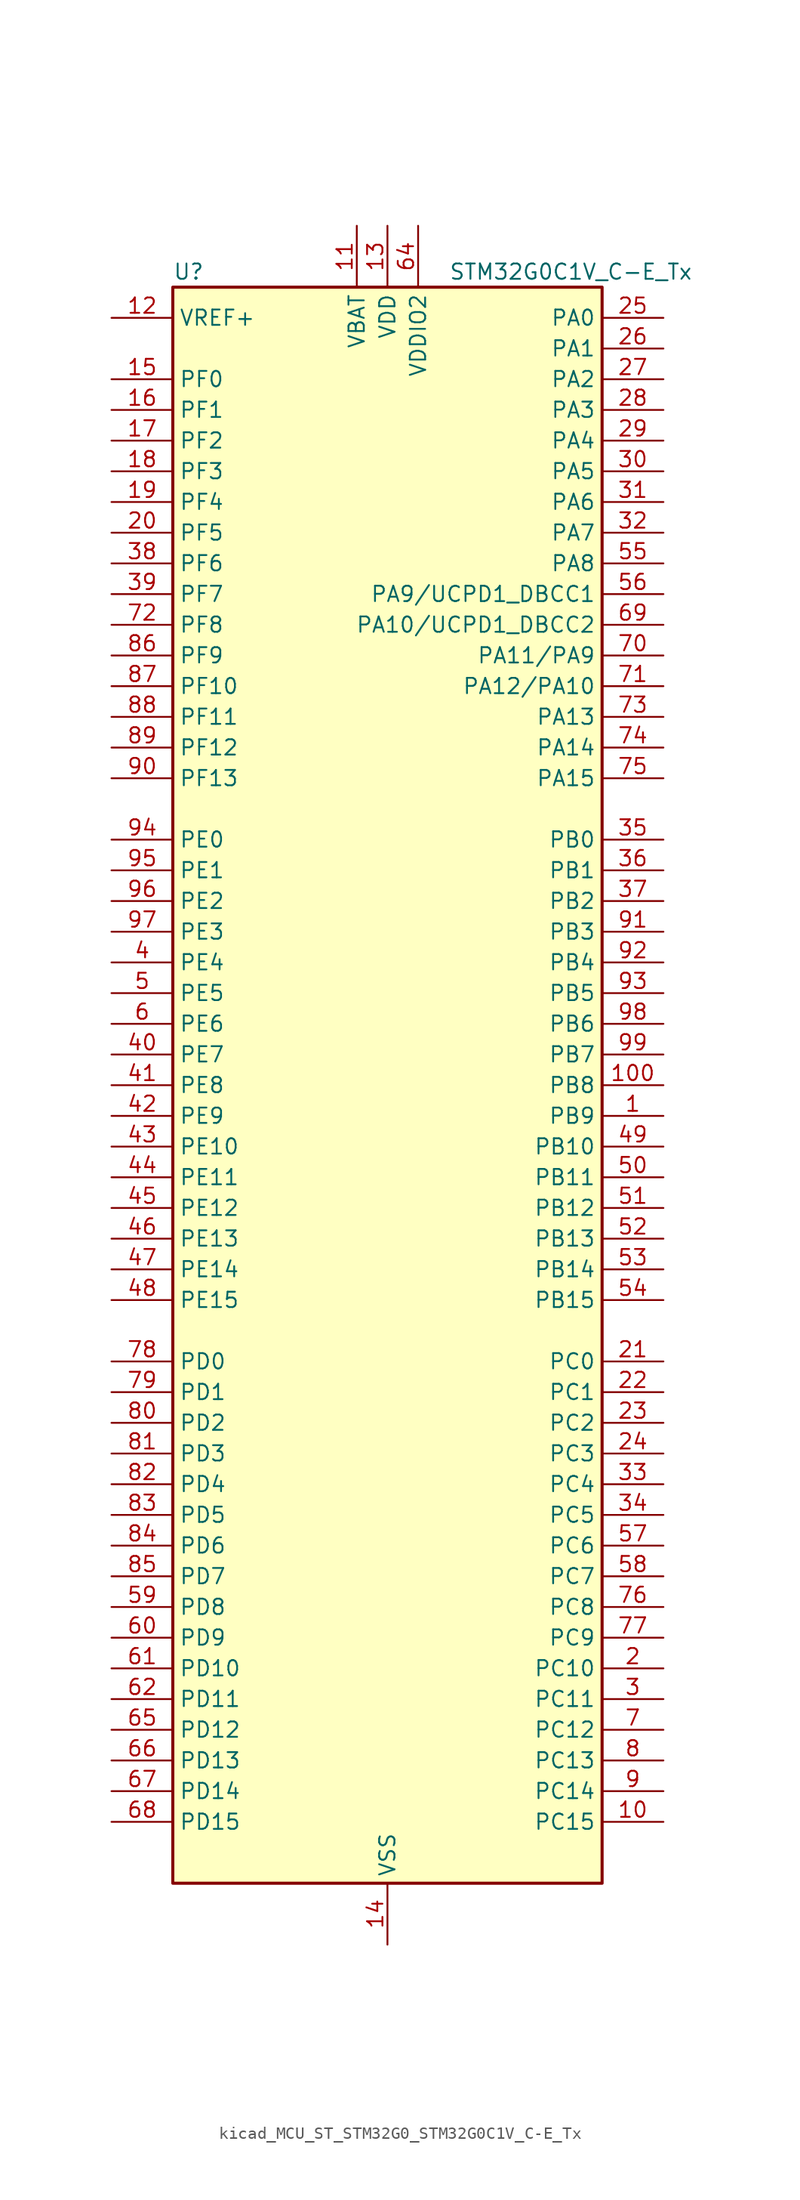
<source format=kicad_sym>
(kicad_symbol_lib
  (version 20220914)
  (generator kicad_symbol_editor)
  (symbol "kicad_MCU_ST_STM32G0_STM32G0C1V_C-E_Tx"
    (property "Reference" "U"
      (at -17.78 67.31 0)
      (effects (font (size 1.27 1.27)) (justify left)))
    (property "Value" "STM32G0C1V_C-E_Tx"
      (at 5.08 67.31 0)
      (effects (font (size 1.27 1.27)) (justify left)))
    (property "ki_locked" ""
      (at 0 0 0)
      (effects (font (size 1.27 1.27))))
    (symbol "kicad_MCU_ST_STM32G0_STM32G0C1V_C-E_Tx_0_1"
      (rectangle (start -17.78 -66.04) (end 17.78 66.04) (stroke (width 0.254) (type default)) (fill (type background))))
    (symbol "kicad_MCU_ST_STM32G0_STM32G0C1V_C-E_Tx_1_1"
      (pin bidirectional line (at 22.86 -2.54 180) (length 5.08) (name "PB9" (effects (font (size 1.27 1.27)))) (number "1" (effects (font (size 1.27 1.27)))) (alternate "DAC1_EXTI9" bidirectional line) (alternate "FDCAN1_TX" bidirectional line) (alternate "I2C1_SDA" bidirectional line) (alternate "I2S2_WS" bidirectional line) (alternate "IR_OUT" bidirectional line) (alternate "SPI2_NSS" bidirectional line) (alternate "TIM17_CH1" bidirectional line) (alternate "TIM4_CH4" bidirectional line) (alternate "UCPD2_FRSTX1" bidirectional line) (alternate "UCPD2_FRSTX2" bidirectional line) (alternate "USART3_RX" bidirectional line) (alternate "USART6_RX" bidirectional line))
      (pin bidirectional line (at 22.86 -60.96 180) (length 5.08) (name "PC15" (effects (font (size 1.27 1.27)))) (number "10" (effects (font (size 1.27 1.27)))) (alternate "RCC_OSC32_EN" bidirectional line) (alternate "RCC_OSC32_OUT" bidirectional line) (alternate "RCC_OSC_EN" bidirectional line) (alternate "TIM15_BK" bidirectional line))
      (pin bidirectional line (at 22.86 0 180) (length 5.08) (name "PB8" (effects (font (size 1.27 1.27)))) (number "100" (effects (font (size 1.27 1.27)))) (alternate "CEC" bidirectional line) (alternate "FDCAN1_RX" bidirectional line) (alternate "I2C1_SCL" bidirectional line) (alternate "I2S2_CK" bidirectional line) (alternate "SPI2_SCK" bidirectional line) (alternate "TIM15_BK" bidirectional line) (alternate "TIM16_CH1" bidirectional line) (alternate "TIM4_CH3" bidirectional line) (alternate "USART3_TX" bidirectional line) (alternate "USART6_TX" bidirectional line))
      (pin power_in line (at -2.54 71.12 270) (length 5.08) (name "VBAT" (effects (font (size 1.27 1.27)))) (number "11" (effects (font (size 1.27 1.27)))))
      (pin input line (at -22.86 63.5 0) (length 5.08) (name "VREF+" (effects (font (size 1.27 1.27)))) (number "12" (effects (font (size 1.27 1.27)))) (alternate "VREFBUF_OUT" bidirectional line))
      (pin power_in line (at 0 71.12 270) (length 5.08) (name "VDD" (effects (font (size 1.27 1.27)))) (number "13" (effects (font (size 1.27 1.27)))))
      (pin power_in line (at 0 -71.12 90) (length 5.08) (name "VSS" (effects (font (size 1.27 1.27)))) (number "14" (effects (font (size 1.27 1.27)))))
      (pin bidirectional line (at -22.86 58.42 0) (length 5.08) (name "PF0" (effects (font (size 1.27 1.27)))) (number "15" (effects (font (size 1.27 1.27)))) (alternate "CRS1_SYNC" bidirectional line) (alternate "RCC_OSC_IN" bidirectional line) (alternate "TIM14_CH1" bidirectional line))
      (pin bidirectional line (at -22.86 55.88 0) (length 5.08) (name "PF1" (effects (font (size 1.27 1.27)))) (number "16" (effects (font (size 1.27 1.27)))) (alternate "RCC_OSC_EN" bidirectional line) (alternate "RCC_OSC_OUT" bidirectional line) (alternate "TIM15_CH1N" bidirectional line))
      (pin bidirectional line (at -22.86 53.34 0) (length 5.08) (name "PF2" (effects (font (size 1.27 1.27)))) (number "17" (effects (font (size 1.27 1.27)))) (alternate "LPUART2_DE" bidirectional line) (alternate "LPUART2_RTS" bidirectional line) (alternate "LPUART2_TX" bidirectional line) (alternate "RCC_MCO" bidirectional line))
      (pin bidirectional line (at -22.86 50.8 0) (length 5.08) (name "PF3" (effects (font (size 1.27 1.27)))) (number "18" (effects (font (size 1.27 1.27)))) (alternate "LPUART2_RX" bidirectional line) (alternate "USART6_CK" bidirectional line) (alternate "USART6_DE" bidirectional line) (alternate "USART6_RTS" bidirectional line))
      (pin bidirectional line (at -22.86 48.26 0) (length 5.08) (name "PF4" (effects (font (size 1.27 1.27)))) (number "19" (effects (font (size 1.27 1.27)))) (alternate "LPUART1_TX" bidirectional line))
      (pin bidirectional line (at 22.86 -48.26 180) (length 5.08) (name "PC10" (effects (font (size 1.27 1.27)))) (number "2" (effects (font (size 1.27 1.27)))) (alternate "SPI3_SCK" bidirectional line) (alternate "TIM1_CH3" bidirectional line) (alternate "USART3_TX" bidirectional line) (alternate "USART4_TX" bidirectional line))
      (pin bidirectional line (at -22.86 45.72 0) (length 5.08) (name "PF5" (effects (font (size 1.27 1.27)))) (number "20" (effects (font (size 1.27 1.27)))) (alternate "LPUART1_RX" bidirectional line))
      (pin bidirectional line (at 22.86 -22.86 180) (length 5.08) (name "PC0" (effects (font (size 1.27 1.27)))) (number "21" (effects (font (size 1.27 1.27)))) (alternate "COMP3_INM" bidirectional line) (alternate "COMP3_OUT" bidirectional line) (alternate "I2C3_SCL" bidirectional line) (alternate "LPTIM1_IN1" bidirectional line) (alternate "LPTIM2_IN1" bidirectional line) (alternate "LPUART1_RX" bidirectional line) (alternate "LPUART2_TX" bidirectional line) (alternate "USART6_TX" bidirectional line))
      (pin bidirectional line (at 22.86 -25.4 180) (length 5.08) (name "PC1" (effects (font (size 1.27 1.27)))) (number "22" (effects (font (size 1.27 1.27)))) (alternate "COMP3_INP" bidirectional line) (alternate "I2C3_SDA" bidirectional line) (alternate "LPTIM1_OUT" bidirectional line) (alternate "LPUART1_TX" bidirectional line) (alternate "LPUART2_RX" bidirectional line) (alternate "TIM15_CH1" bidirectional line) (alternate "USART6_RX" bidirectional line))
      (pin bidirectional line (at 22.86 -27.94 180) (length 5.08) (name "PC2" (effects (font (size 1.27 1.27)))) (number "23" (effects (font (size 1.27 1.27)))) (alternate "COMP3_OUT" bidirectional line) (alternate "FDCAN2_RX" bidirectional line) (alternate "I2S2_MCK" bidirectional line) (alternate "LPTIM1_IN2" bidirectional line) (alternate "SPI2_MISO" bidirectional line) (alternate "TIM15_CH2" bidirectional line))
      (pin bidirectional line (at 22.86 -30.48 180) (length 5.08) (name "PC3" (effects (font (size 1.27 1.27)))) (number "24" (effects (font (size 1.27 1.27)))) (alternate "FDCAN2_TX" bidirectional line) (alternate "I2S2_SD" bidirectional line) (alternate "LPTIM1_ETR" bidirectional line) (alternate "LPTIM2_ETR" bidirectional line) (alternate "SPI2_MOSI" bidirectional line))
      (pin bidirectional line (at 22.86 63.5 180) (length 5.08) (name "PA0" (effects (font (size 1.27 1.27)))) (number "25" (effects (font (size 1.27 1.27)))) (alternate "ADC1_IN0" bidirectional line) (alternate "COMP1_INM" bidirectional line) (alternate "COMP1_OUT" bidirectional line) (alternate "I2S2_CK" bidirectional line) (alternate "LPTIM1_OUT" bidirectional line) (alternate "RTC_TAMP_IN2" bidirectional line) (alternate "SPI2_SCK" bidirectional line) (alternate "SYS_WKUP1" bidirectional line) (alternate "TIM2_CH1" bidirectional line) (alternate "TIM2_ETR" bidirectional line) (alternate "UCPD2_FRSTX1" bidirectional line) (alternate "UCPD2_FRSTX2" bidirectional line) (alternate "USART2_CTS" bidirectional line) (alternate "USART2_NSS" bidirectional line) (alternate "USART4_TX" bidirectional line))
      (pin bidirectional line (at 22.86 60.96 180) (length 5.08) (name "PA1" (effects (font (size 1.27 1.27)))) (number "26" (effects (font (size 1.27 1.27)))) (alternate "ADC1_IN1" bidirectional line) (alternate "COMP1_INP" bidirectional line) (alternate "I2C1_SMBA" bidirectional line) (alternate "I2S1_CK" bidirectional line) (alternate "SPI1_SCK" bidirectional line) (alternate "TIM15_CH1N" bidirectional line) (alternate "TIM2_CH2" bidirectional line) (alternate "USART2_CK" bidirectional line) (alternate "USART2_DE" bidirectional line) (alternate "USART2_RTS" bidirectional line) (alternate "USART4_RX" bidirectional line))
      (pin bidirectional line (at 22.86 58.42 180) (length 5.08) (name "PA2" (effects (font (size 1.27 1.27)))) (number "27" (effects (font (size 1.27 1.27)))) (alternate "ADC1_IN2" bidirectional line) (alternate "COMP2_INM" bidirectional line) (alternate "COMP2_OUT" bidirectional line) (alternate "I2S1_SD" bidirectional line) (alternate "LPUART1_TX" bidirectional line) (alternate "RCC_LSCO" bidirectional line) (alternate "SPI1_MOSI" bidirectional line) (alternate "SYS_WKUP4" bidirectional line) (alternate "TIM15_CH1" bidirectional line) (alternate "TIM2_CH3" bidirectional line) (alternate "UCPD1_FRSTX1" bidirectional line) (alternate "UCPD1_FRSTX2" bidirectional line) (alternate "USART2_TX" bidirectional line))
      (pin bidirectional line (at 22.86 55.88 180) (length 5.08) (name "PA3" (effects (font (size 1.27 1.27)))) (number "28" (effects (font (size 1.27 1.27)))) (alternate "ADC1_IN3" bidirectional line) (alternate "COMP2_INP" bidirectional line) (alternate "I2S2_MCK" bidirectional line) (alternate "LPUART1_RX" bidirectional line) (alternate "SPI2_MISO" bidirectional line) (alternate "TIM15_CH2" bidirectional line) (alternate "TIM2_CH4" bidirectional line) (alternate "UCPD2_FRSTX1" bidirectional line) (alternate "UCPD2_FRSTX2" bidirectional line) (alternate "USART2_RX" bidirectional line))
      (pin bidirectional line (at 22.86 53.34 180) (length 5.08) (name "PA4" (effects (font (size 1.27 1.27)))) (number "29" (effects (font (size 1.27 1.27)))) (alternate "ADC1_IN4" bidirectional line) (alternate "DAC1_OUT1" bidirectional line) (alternate "I2S1_WS" bidirectional line) (alternate "I2S2_SD" bidirectional line) (alternate "LPTIM2_OUT" bidirectional line) (alternate "RTC_OUT2" bidirectional line) (alternate "SPI1_NSS" bidirectional line) (alternate "SPI2_MOSI" bidirectional line) (alternate "SPI3_NSS" bidirectional line) (alternate "TIM14_CH1" bidirectional line) (alternate "UCPD2_FRSTX1" bidirectional line) (alternate "UCPD2_FRSTX2" bidirectional line) (alternate "USART6_TX" bidirectional line) (alternate "USB_NOE" bidirectional line))
      (pin bidirectional line (at 22.86 -50.8 180) (length 5.08) (name "PC11" (effects (font (size 1.27 1.27)))) (number "3" (effects (font (size 1.27 1.27)))) (alternate "ADC1_EXTI11" bidirectional line) (alternate "SPI3_MISO" bidirectional line) (alternate "TIM1_CH4" bidirectional line) (alternate "USART3_RX" bidirectional line) (alternate "USART4_RX" bidirectional line))
      (pin bidirectional line (at 22.86 50.8 180) (length 5.08) (name "PA5" (effects (font (size 1.27 1.27)))) (number "30" (effects (font (size 1.27 1.27)))) (alternate "ADC1_IN5" bidirectional line) (alternate "CEC" bidirectional line) (alternate "DAC1_OUT2" bidirectional line) (alternate "I2S1_CK" bidirectional line) (alternate "LPTIM2_ETR" bidirectional line) (alternate "SPI1_SCK" bidirectional line) (alternate "TIM2_CH1" bidirectional line) (alternate "TIM2_ETR" bidirectional line) (alternate "UCPD1_FRSTX1" bidirectional line) (alternate "UCPD1_FRSTX2" bidirectional line) (alternate "USART3_TX" bidirectional line) (alternate "USART6_RX" bidirectional line))
      (pin bidirectional line (at 22.86 48.26 180) (length 5.08) (name "PA6" (effects (font (size 1.27 1.27)))) (number "31" (effects (font (size 1.27 1.27)))) (alternate "ADC1_IN6" bidirectional line) (alternate "COMP1_OUT" bidirectional line) (alternate "I2C2_SDA" bidirectional line) (alternate "I2C3_SDA" bidirectional line) (alternate "I2S1_MCK" bidirectional line) (alternate "LPUART1_CTS" bidirectional line) (alternate "SPI1_MISO" bidirectional line) (alternate "TIM16_CH1" bidirectional line) (alternate "TIM1_BK" bidirectional line) (alternate "TIM3_CH1" bidirectional line) (alternate "USART3_CTS" bidirectional line) (alternate "USART3_NSS" bidirectional line) (alternate "USART6_CTS" bidirectional line) (alternate "USART6_NSS" bidirectional line))
      (pin bidirectional line (at 22.86 45.72 180) (length 5.08) (name "PA7" (effects (font (size 1.27 1.27)))) (number "32" (effects (font (size 1.27 1.27)))) (alternate "ADC1_IN7" bidirectional line) (alternate "COMP2_OUT" bidirectional line) (alternate "I2C2_SCL" bidirectional line) (alternate "I2C3_SCL" bidirectional line) (alternate "I2S1_SD" bidirectional line) (alternate "SPI1_MOSI" bidirectional line) (alternate "TIM14_CH1" bidirectional line) (alternate "TIM17_CH1" bidirectional line) (alternate "TIM1_CH1N" bidirectional line) (alternate "TIM3_CH2" bidirectional line) (alternate "UCPD1_FRSTX1" bidirectional line) (alternate "UCPD1_FRSTX2" bidirectional line) (alternate "USART6_CK" bidirectional line) (alternate "USART6_DE" bidirectional line) (alternate "USART6_RTS" bidirectional line))
      (pin bidirectional line (at 22.86 -33.02 180) (length 5.08) (name "PC4" (effects (font (size 1.27 1.27)))) (number "33" (effects (font (size 1.27 1.27)))) (alternate "ADC1_IN17" bidirectional line) (alternate "COMP1_INM" bidirectional line) (alternate "FDCAN1_RX" bidirectional line) (alternate "TIM2_CH1" bidirectional line) (alternate "TIM2_ETR" bidirectional line) (alternate "USART1_TX" bidirectional line) (alternate "USART3_TX" bidirectional line))
      (pin bidirectional line (at 22.86 -35.56 180) (length 5.08) (name "PC5" (effects (font (size 1.27 1.27)))) (number "34" (effects (font (size 1.27 1.27)))) (alternate "ADC1_IN18" bidirectional line) (alternate "COMP1_INP" bidirectional line) (alternate "FDCAN1_TX" bidirectional line) (alternate "SYS_WKUP5" bidirectional line) (alternate "TIM2_CH2" bidirectional line) (alternate "USART1_RX" bidirectional line) (alternate "USART3_RX" bidirectional line))
      (pin bidirectional line (at 22.86 20.32 180) (length 5.08) (name "PB0" (effects (font (size 1.27 1.27)))) (number "35" (effects (font (size 1.27 1.27)))) (alternate "ADC1_IN8" bidirectional line) (alternate "COMP1_OUT" bidirectional line) (alternate "COMP3_INP" bidirectional line) (alternate "FDCAN2_RX" bidirectional line) (alternate "I2S1_WS" bidirectional line) (alternate "LPTIM1_OUT" bidirectional line) (alternate "LPUART2_CTS" bidirectional line) (alternate "SPI1_NSS" bidirectional line) (alternate "TIM1_CH2N" bidirectional line) (alternate "TIM3_CH3" bidirectional line) (alternate "UCPD1_FRSTX1" bidirectional line) (alternate "UCPD1_FRSTX2" bidirectional line) (alternate "USART3_RX" bidirectional line) (alternate "USART5_TX" bidirectional line))
      (pin bidirectional line (at 22.86 17.78 180) (length 5.08) (name "PB1" (effects (font (size 1.27 1.27)))) (number "36" (effects (font (size 1.27 1.27)))) (alternate "ADC1_IN9" bidirectional line) (alternate "COMP1_INM" bidirectional line) (alternate "COMP3_OUT" bidirectional line) (alternate "FDCAN2_TX" bidirectional line) (alternate "LPTIM2_IN1" bidirectional line) (alternate "LPUART1_DE" bidirectional line) (alternate "LPUART1_RTS" bidirectional line) (alternate "LPUART2_DE" bidirectional line) (alternate "LPUART2_RTS" bidirectional line) (alternate "TIM14_CH1" bidirectional line) (alternate "TIM1_CH3N" bidirectional line) (alternate "TIM3_CH4" bidirectional line) (alternate "USART3_CK" bidirectional line) (alternate "USART3_DE" bidirectional line) (alternate "USART3_RTS" bidirectional line) (alternate "USART5_RX" bidirectional line))
      (pin bidirectional line (at 22.86 15.24 180) (length 5.08) (name "PB2" (effects (font (size 1.27 1.27)))) (number "37" (effects (font (size 1.27 1.27)))) (alternate "ADC1_IN10" bidirectional line) (alternate "COMP1_INP" bidirectional line) (alternate "COMP3_INM" bidirectional line) (alternate "I2S2_MCK" bidirectional line) (alternate "LPTIM1_OUT" bidirectional line) (alternate "RCC_MCO_2" bidirectional line) (alternate "SPI2_MISO" bidirectional line) (alternate "USART3_TX" bidirectional line))
      (pin bidirectional line (at -22.86 43.18 0) (length 5.08) (name "PF6" (effects (font (size 1.27 1.27)))) (number "38" (effects (font (size 1.27 1.27)))) (alternate "LPUART1_DE" bidirectional line) (alternate "LPUART1_RTS" bidirectional line))
      (pin bidirectional line (at -22.86 40.64 0) (length 5.08) (name "PF7" (effects (font (size 1.27 1.27)))) (number "39" (effects (font (size 1.27 1.27)))) (alternate "LPUART1_CTS" bidirectional line) (alternate "USART5_CTS" bidirectional line) (alternate "USART5_NSS" bidirectional line))
      (pin bidirectional line (at -22.86 10.16 0) (length 5.08) (name "PE4" (effects (font (size 1.27 1.27)))) (number "4" (effects (font (size 1.27 1.27)))) (alternate "TIM3_CH2" bidirectional line))
      (pin bidirectional line (at -22.86 2.54 0) (length 5.08) (name "PE7" (effects (font (size 1.27 1.27)))) (number "40" (effects (font (size 1.27 1.27)))) (alternate "COMP3_INP" bidirectional line) (alternate "TIM1_ETR" bidirectional line) (alternate "USART5_CK" bidirectional line) (alternate "USART5_DE" bidirectional line) (alternate "USART5_RTS" bidirectional line))
      (pin bidirectional line (at -22.86 0 0) (length 5.08) (name "PE8" (effects (font (size 1.27 1.27)))) (number "41" (effects (font (size 1.27 1.27)))) (alternate "COMP3_INM" bidirectional line) (alternate "TIM1_CH1N" bidirectional line) (alternate "USART4_TX" bidirectional line))
      (pin bidirectional line (at -22.86 -2.54 0) (length 5.08) (name "PE9" (effects (font (size 1.27 1.27)))) (number "42" (effects (font (size 1.27 1.27)))) (alternate "DAC1_EXTI9" bidirectional line) (alternate "TIM1_CH1" bidirectional line) (alternate "USART4_RX" bidirectional line))
      (pin bidirectional line (at -22.86 -5.08 0) (length 5.08) (name "PE10" (effects (font (size 1.27 1.27)))) (number "43" (effects (font (size 1.27 1.27)))) (alternate "TIM1_CH2N" bidirectional line) (alternate "USART5_TX" bidirectional line))
      (pin bidirectional line (at -22.86 -7.62 0) (length 5.08) (name "PE11" (effects (font (size 1.27 1.27)))) (number "44" (effects (font (size 1.27 1.27)))) (alternate "ADC1_EXTI11" bidirectional line) (alternate "TIM1_CH2" bidirectional line) (alternate "USART5_RX" bidirectional line))
      (pin bidirectional line (at -22.86 -10.16 0) (length 5.08) (name "PE12" (effects (font (size 1.27 1.27)))) (number "45" (effects (font (size 1.27 1.27)))) (alternate "I2S1_WS" bidirectional line) (alternate "SPI1_NSS" bidirectional line) (alternate "TIM1_CH3N" bidirectional line))
      (pin bidirectional line (at -22.86 -12.7 0) (length 5.08) (name "PE13" (effects (font (size 1.27 1.27)))) (number "46" (effects (font (size 1.27 1.27)))) (alternate "I2S1_CK" bidirectional line) (alternate "SPI1_SCK" bidirectional line) (alternate "TIM1_CH3" bidirectional line))
      (pin bidirectional line (at -22.86 -15.24 0) (length 5.08) (name "PE14" (effects (font (size 1.27 1.27)))) (number "47" (effects (font (size 1.27 1.27)))) (alternate "I2S1_MCK" bidirectional line) (alternate "SPI1_MISO" bidirectional line) (alternate "TIM1_BK2" bidirectional line) (alternate "TIM1_CH4" bidirectional line))
      (pin bidirectional line (at -22.86 -17.78 0) (length 5.08) (name "PE15" (effects (font (size 1.27 1.27)))) (number "48" (effects (font (size 1.27 1.27)))) (alternate "I2S1_SD" bidirectional line) (alternate "SPI1_MOSI" bidirectional line) (alternate "TIM1_BK" bidirectional line))
      (pin bidirectional line (at 22.86 -5.08 180) (length 5.08) (name "PB10" (effects (font (size 1.27 1.27)))) (number "49" (effects (font (size 1.27 1.27)))) (alternate "ADC1_IN11" bidirectional line) (alternate "CEC" bidirectional line) (alternate "COMP1_OUT" bidirectional line) (alternate "I2C2_SCL" bidirectional line) (alternate "I2S2_CK" bidirectional line) (alternate "LPUART1_RX" bidirectional line) (alternate "SPI2_SCK" bidirectional line) (alternate "TIM2_CH3" bidirectional line) (alternate "USART3_TX" bidirectional line))
      (pin bidirectional line (at -22.86 7.62 0) (length 5.08) (name "PE5" (effects (font (size 1.27 1.27)))) (number "5" (effects (font (size 1.27 1.27)))) (alternate "TIM3_CH3" bidirectional line))
      (pin bidirectional line (at 22.86 -7.62 180) (length 5.08) (name "PB11" (effects (font (size 1.27 1.27)))) (number "50" (effects (font (size 1.27 1.27)))) (alternate "ADC1_EXTI11" bidirectional line) (alternate "ADC1_IN15" bidirectional line) (alternate "COMP2_OUT" bidirectional line) (alternate "I2C2_SDA" bidirectional line) (alternate "I2S2_SD" bidirectional line) (alternate "LPUART1_TX" bidirectional line) (alternate "SPI2_MOSI" bidirectional line) (alternate "TIM2_CH4" bidirectional line) (alternate "USART3_RX" bidirectional line))
      (pin bidirectional line (at 22.86 -10.16 180) (length 5.08) (name "PB12" (effects (font (size 1.27 1.27)))) (number "51" (effects (font (size 1.27 1.27)))) (alternate "ADC1_IN16" bidirectional line) (alternate "FDCAN2_RX" bidirectional line) (alternate "I2C2_SMBA" bidirectional line) (alternate "I2S2_WS" bidirectional line) (alternate "LPUART1_DE" bidirectional line) (alternate "LPUART1_RTS" bidirectional line) (alternate "SPI2_NSS" bidirectional line) (alternate "TIM15_BK" bidirectional line) (alternate "TIM1_BK" bidirectional line) (alternate "UCPD2_FRSTX1" bidirectional line) (alternate "UCPD2_FRSTX2" bidirectional line))
      (pin bidirectional line (at 22.86 -12.7 180) (length 5.08) (name "PB13" (effects (font (size 1.27 1.27)))) (number "52" (effects (font (size 1.27 1.27)))) (alternate "FDCAN2_TX" bidirectional line) (alternate "I2C2_SCL" bidirectional line) (alternate "I2S2_CK" bidirectional line) (alternate "LPUART1_CTS" bidirectional line) (alternate "SPI2_SCK" bidirectional line) (alternate "TIM15_CH1N" bidirectional line) (alternate "TIM1_CH1N" bidirectional line) (alternate "USART3_CTS" bidirectional line) (alternate "USART3_NSS" bidirectional line))
      (pin bidirectional line (at 22.86 -15.24 180) (length 5.08) (name "PB14" (effects (font (size 1.27 1.27)))) (number "53" (effects (font (size 1.27 1.27)))) (alternate "I2C2_SDA" bidirectional line) (alternate "I2S2_MCK" bidirectional line) (alternate "SPI2_MISO" bidirectional line) (alternate "TIM15_CH1" bidirectional line) (alternate "TIM1_CH2N" bidirectional line) (alternate "UCPD1_FRSTX1" bidirectional line) (alternate "UCPD1_FRSTX2" bidirectional line) (alternate "USART3_CK" bidirectional line) (alternate "USART3_DE" bidirectional line) (alternate "USART3_RTS" bidirectional line) (alternate "USART6_CK" bidirectional line) (alternate "USART6_DE" bidirectional line) (alternate "USART6_RTS" bidirectional line))
      (pin bidirectional line (at 22.86 -17.78 180) (length 5.08) (name "PB15" (effects (font (size 1.27 1.27)))) (number "54" (effects (font (size 1.27 1.27)))) (alternate "I2S2_SD" bidirectional line) (alternate "RTC_REFIN" bidirectional line) (alternate "SPI2_MOSI" bidirectional line) (alternate "TIM15_CH1N" bidirectional line) (alternate "TIM15_CH2" bidirectional line) (alternate "TIM1_CH3N" bidirectional line) (alternate "UCPD1_CC2" bidirectional line) (alternate "USART6_CTS" bidirectional line) (alternate "USART6_NSS" bidirectional line))
      (pin bidirectional line (at 22.86 43.18 180) (length 5.08) (name "PA8" (effects (font (size 1.27 1.27)))) (number "55" (effects (font (size 1.27 1.27)))) (alternate "CRS1_SYNC" bidirectional line) (alternate "I2C2_SMBA" bidirectional line) (alternate "I2S2_WS" bidirectional line) (alternate "LPTIM2_OUT" bidirectional line) (alternate "RCC_MCO" bidirectional line) (alternate "SPI2_NSS" bidirectional line) (alternate "TIM1_CH1" bidirectional line) (alternate "UCPD1_CC1" bidirectional line))
      (pin bidirectional line (at 22.86 40.64 180) (length 5.08) (name "PA9/UCPD1_DBCC1" (effects (font (size 1.27 1.27)))) (number "56" (effects (font (size 1.27 1.27)))) (alternate "DAC1_EXTI9" bidirectional line) (alternate "I2C1_SCL" bidirectional line) (alternate "I2C2_SCL" bidirectional line) (alternate "I2S2_MCK" bidirectional line) (alternate "RCC_MCO" bidirectional line) (alternate "SPI2_MISO" bidirectional line) (alternate "TIM15_BK" bidirectional line) (alternate "TIM1_CH2" bidirectional line) (alternate "UCPD1_DBCC1" bidirectional line) (alternate "USART1_TX" bidirectional line))
      (pin bidirectional line (at 22.86 -38.1 180) (length 5.08) (name "PC6" (effects (font (size 1.27 1.27)))) (number "57" (effects (font (size 1.27 1.27)))) (alternate "LPUART2_TX" bidirectional line) (alternate "TIM2_CH3" bidirectional line) (alternate "TIM3_CH1" bidirectional line) (alternate "UCPD1_FRSTX1" bidirectional line) (alternate "UCPD1_FRSTX2" bidirectional line))
      (pin bidirectional line (at 22.86 -40.64 180) (length 5.08) (name "PC7" (effects (font (size 1.27 1.27)))) (number "58" (effects (font (size 1.27 1.27)))) (alternate "LPUART2_RX" bidirectional line) (alternate "TIM2_CH4" bidirectional line) (alternate "TIM3_CH2" bidirectional line) (alternate "UCPD2_FRSTX1" bidirectional line) (alternate "UCPD2_FRSTX2" bidirectional line))
      (pin bidirectional line (at -22.86 -43.18 0) (length 5.08) (name "PD8" (effects (font (size 1.27 1.27)))) (number "59" (effects (font (size 1.27 1.27)))) (alternate "I2S1_CK" bidirectional line) (alternate "LPTIM1_OUT" bidirectional line) (alternate "SPI1_SCK" bidirectional line) (alternate "USART3_TX" bidirectional line))
      (pin bidirectional line (at -22.86 5.08 0) (length 5.08) (name "PE6" (effects (font (size 1.27 1.27)))) (number "6" (effects (font (size 1.27 1.27)))) (alternate "RTC_TAMP_IN3" bidirectional line) (alternate "SYS_WKUP3" bidirectional line) (alternate "TIM3_CH4" bidirectional line))
      (pin bidirectional line (at -22.86 -45.72 0) (length 5.08) (name "PD9" (effects (font (size 1.27 1.27)))) (number "60" (effects (font (size 1.27 1.27)))) (alternate "DAC1_EXTI9" bidirectional line) (alternate "I2S1_WS" bidirectional line) (alternate "SPI1_NSS" bidirectional line) (alternate "TIM1_BK2" bidirectional line) (alternate "USART3_RX" bidirectional line))
      (pin bidirectional line (at -22.86 -48.26 0) (length 5.08) (name "PD10" (effects (font (size 1.27 1.27)))) (number "61" (effects (font (size 1.27 1.27)))) (alternate "RCC_MCO" bidirectional line))
      (pin bidirectional line (at -22.86 -50.8 0) (length 5.08) (name "PD11" (effects (font (size 1.27 1.27)))) (number "62" (effects (font (size 1.27 1.27)))) (alternate "ADC1_EXTI11" bidirectional line) (alternate "LPTIM2_ETR" bidirectional line) (alternate "USART3_CTS" bidirectional line) (alternate "USART3_NSS" bidirectional line))
      (pin passive line (at 0 -71.12 90) (length 5.08) hide (name "VSS" (effects (font (size 1.27 1.27)))) (number "63" (effects (font (size 1.27 1.27)))))
      (pin power_in line (at 2.54 71.12 270) (length 5.08) (name "VDDIO2" (effects (font (size 1.27 1.27)))) (number "64" (effects (font (size 1.27 1.27)))))
      (pin bidirectional line (at -22.86 -53.34 0) (length 5.08) (name "PD12" (effects (font (size 1.27 1.27)))) (number "65" (effects (font (size 1.27 1.27)))) (alternate "FDCAN1_RX" bidirectional line) (alternate "LPTIM2_IN1" bidirectional line) (alternate "TIM4_CH1" bidirectional line) (alternate "USART3_CK" bidirectional line) (alternate "USART3_DE" bidirectional line) (alternate "USART3_RTS" bidirectional line))
      (pin bidirectional line (at -22.86 -55.88 0) (length 5.08) (name "PD13" (effects (font (size 1.27 1.27)))) (number "66" (effects (font (size 1.27 1.27)))) (alternate "FDCAN1_TX" bidirectional line) (alternate "LPTIM2_OUT" bidirectional line) (alternate "TIM4_CH2" bidirectional line))
      (pin bidirectional line (at -22.86 -58.42 0) (length 5.08) (name "PD14" (effects (font (size 1.27 1.27)))) (number "67" (effects (font (size 1.27 1.27)))) (alternate "FDCAN2_RX" bidirectional line) (alternate "LPUART2_CTS" bidirectional line) (alternate "TIM4_CH3" bidirectional line))
      (pin bidirectional line (at -22.86 -60.96 0) (length 5.08) (name "PD15" (effects (font (size 1.27 1.27)))) (number "68" (effects (font (size 1.27 1.27)))) (alternate "CRS1_SYNC" bidirectional line) (alternate "FDCAN2_TX" bidirectional line) (alternate "LPUART2_DE" bidirectional line) (alternate "LPUART2_RTS" bidirectional line) (alternate "TIM4_CH4" bidirectional line))
      (pin bidirectional line (at 22.86 38.1 180) (length 5.08) (name "PA10/UCPD1_DBCC2" (effects (font (size 1.27 1.27)))) (number "69" (effects (font (size 1.27 1.27)))) (alternate "I2C1_SDA" bidirectional line) (alternate "I2C2_SDA" bidirectional line) (alternate "I2S2_SD" bidirectional line) (alternate "RCC_MCO_2" bidirectional line) (alternate "SPI2_MOSI" bidirectional line) (alternate "TIM17_BK" bidirectional line) (alternate "TIM1_CH3" bidirectional line) (alternate "UCPD1_DBCC2" bidirectional line) (alternate "USART1_RX" bidirectional line))
      (pin bidirectional line (at 22.86 -53.34 180) (length 5.08) (name "PC12" (effects (font (size 1.27 1.27)))) (number "7" (effects (font (size 1.27 1.27)))) (alternate "LPTIM1_IN1" bidirectional line) (alternate "SPI3_MOSI" bidirectional line) (alternate "TIM14_CH1" bidirectional line) (alternate "UCPD1_FRSTX1" bidirectional line) (alternate "UCPD1_FRSTX2" bidirectional line) (alternate "USART5_TX" bidirectional line))
      (pin bidirectional line (at 22.86 35.56 180) (length 5.08) (name "PA11/PA9" (effects (font (size 1.27 1.27)))) (number "70" (effects (font (size 1.27 1.27)))) (alternate "ADC1_EXTI11" bidirectional line) (alternate "COMP1_OUT" bidirectional line) (alternate "FDCAN1_RX" bidirectional line) (alternate "I2C2_SCL" bidirectional line) (alternate "I2S1_MCK" bidirectional line) (alternate "SPI1_MISO" bidirectional line) (alternate "TIM1_BK2" bidirectional line) (alternate "TIM1_CH4" bidirectional line) (alternate "USART1_CTS" bidirectional line) (alternate "USART1_NSS" bidirectional line) (alternate "USB_DM" bidirectional line))
      (pin bidirectional line (at 22.86 33.02 180) (length 5.08) (name "PA12/PA10" (effects (font (size 1.27 1.27)))) (number "71" (effects (font (size 1.27 1.27)))) (alternate "COMP2_OUT" bidirectional line) (alternate "FDCAN1_TX" bidirectional line) (alternate "I2C2_SDA" bidirectional line) (alternate "I2S1_SD" bidirectional line) (alternate "I2S_CKIN" bidirectional line) (alternate "SPI1_MOSI" bidirectional line) (alternate "TIM1_ETR" bidirectional line) (alternate "USART1_CK" bidirectional line) (alternate "USART1_DE" bidirectional line) (alternate "USART1_RTS" bidirectional line) (alternate "USB_DP" bidirectional line))
      (pin bidirectional line (at -22.86 38.1 0) (length 5.08) (name "PF8" (effects (font (size 1.27 1.27)))) (number "72" (effects (font (size 1.27 1.27)))))
      (pin bidirectional line (at 22.86 30.48 180) (length 5.08) (name "PA13" (effects (font (size 1.27 1.27)))) (number "73" (effects (font (size 1.27 1.27)))) (alternate "IR_OUT" bidirectional line) (alternate "LPUART2_RX" bidirectional line) (alternate "SYS_SWDIO" bidirectional line) (alternate "USB_NOE" bidirectional line))
      (pin bidirectional line (at 22.86 27.94 180) (length 5.08) (name "PA14" (effects (font (size 1.27 1.27)))) (number "74" (effects (font (size 1.27 1.27)))) (alternate "LPUART2_TX" bidirectional line) (alternate "SYS_SWCLK" bidirectional line) (alternate "USART2_TX" bidirectional line))
      (pin bidirectional line (at 22.86 25.4 180) (length 5.08) (name "PA15" (effects (font (size 1.27 1.27)))) (number "75" (effects (font (size 1.27 1.27)))) (alternate "I2C2_SMBA" bidirectional line) (alternate "I2S1_WS" bidirectional line) (alternate "RCC_MCO_2" bidirectional line) (alternate "SPI1_NSS" bidirectional line) (alternate "SPI3_NSS" bidirectional line) (alternate "TIM2_CH1" bidirectional line) (alternate "TIM2_ETR" bidirectional line) (alternate "USART2_RX" bidirectional line) (alternate "USART3_CK" bidirectional line) (alternate "USART3_DE" bidirectional line) (alternate "USART3_RTS" bidirectional line) (alternate "USART4_CK" bidirectional line) (alternate "USART4_DE" bidirectional line) (alternate "USART4_RTS" bidirectional line) (alternate "USB_NOE" bidirectional line))
      (pin bidirectional line (at 22.86 -43.18 180) (length 5.08) (name "PC8" (effects (font (size 1.27 1.27)))) (number "76" (effects (font (size 1.27 1.27)))) (alternate "LPUART2_CTS" bidirectional line) (alternate "TIM1_CH1" bidirectional line) (alternate "TIM3_CH3" bidirectional line) (alternate "UCPD2_FRSTX1" bidirectional line) (alternate "UCPD2_FRSTX2" bidirectional line))
      (pin bidirectional line (at 22.86 -45.72 180) (length 5.08) (name "PC9" (effects (font (size 1.27 1.27)))) (number "77" (effects (font (size 1.27 1.27)))) (alternate "DAC1_EXTI9" bidirectional line) (alternate "I2S_CKIN" bidirectional line) (alternate "LPUART2_DE" bidirectional line) (alternate "LPUART2_RTS" bidirectional line) (alternate "TIM1_CH2" bidirectional line) (alternate "TIM3_CH4" bidirectional line) (alternate "USB_NOE" bidirectional line))
      (pin bidirectional line (at -22.86 -22.86 0) (length 5.08) (name "PD0" (effects (font (size 1.27 1.27)))) (number "78" (effects (font (size 1.27 1.27)))) (alternate "FDCAN1_RX" bidirectional line) (alternate "I2S2_WS" bidirectional line) (alternate "SPI2_NSS" bidirectional line) (alternate "TIM16_CH1" bidirectional line) (alternate "UCPD2_CC1" bidirectional line))
      (pin bidirectional line (at -22.86 -25.4 0) (length 5.08) (name "PD1" (effects (font (size 1.27 1.27)))) (number "79" (effects (font (size 1.27 1.27)))) (alternate "FDCAN1_TX" bidirectional line) (alternate "I2S2_CK" bidirectional line) (alternate "SPI2_SCK" bidirectional line) (alternate "TIM17_CH1" bidirectional line) (alternate "UCPD2_DBCC1" bidirectional line))
      (pin bidirectional line (at 22.86 -55.88 180) (length 5.08) (name "PC13" (effects (font (size 1.27 1.27)))) (number "8" (effects (font (size 1.27 1.27)))) (alternate "RTC_OUT1" bidirectional line) (alternate "RTC_TAMP_IN1" bidirectional line) (alternate "RTC_TS" bidirectional line) (alternate "SYS_WKUP2" bidirectional line) (alternate "TIM1_BK" bidirectional line))
      (pin bidirectional line (at -22.86 -27.94 0) (length 5.08) (name "PD2" (effects (font (size 1.27 1.27)))) (number "80" (effects (font (size 1.27 1.27)))) (alternate "TIM1_CH1N" bidirectional line) (alternate "TIM3_ETR" bidirectional line) (alternate "UCPD2_CC2" bidirectional line) (alternate "USART3_CK" bidirectional line) (alternate "USART3_DE" bidirectional line) (alternate "USART3_RTS" bidirectional line) (alternate "USART5_RX" bidirectional line))
      (pin bidirectional line (at -22.86 -30.48 0) (length 5.08) (name "PD3" (effects (font (size 1.27 1.27)))) (number "81" (effects (font (size 1.27 1.27)))) (alternate "I2S2_MCK" bidirectional line) (alternate "SPI2_MISO" bidirectional line) (alternate "TIM1_CH2N" bidirectional line) (alternate "UCPD2_DBCC2" bidirectional line) (alternate "USART2_CTS" bidirectional line) (alternate "USART2_NSS" bidirectional line) (alternate "USART5_TX" bidirectional line))
      (pin bidirectional line (at -22.86 -33.02 0) (length 5.08) (name "PD4" (effects (font (size 1.27 1.27)))) (number "82" (effects (font (size 1.27 1.27)))) (alternate "I2S2_SD" bidirectional line) (alternate "SPI2_MOSI" bidirectional line) (alternate "TIM1_CH3N" bidirectional line) (alternate "USART2_CK" bidirectional line) (alternate "USART2_DE" bidirectional line) (alternate "USART2_RTS" bidirectional line) (alternate "USART5_CK" bidirectional line) (alternate "USART5_DE" bidirectional line) (alternate "USART5_RTS" bidirectional line))
      (pin bidirectional line (at -22.86 -35.56 0) (length 5.08) (name "PD5" (effects (font (size 1.27 1.27)))) (number "83" (effects (font (size 1.27 1.27)))) (alternate "I2S1_MCK" bidirectional line) (alternate "SPI1_MISO" bidirectional line) (alternate "TIM1_BK" bidirectional line) (alternate "USART2_TX" bidirectional line) (alternate "USART5_CTS" bidirectional line) (alternate "USART5_NSS" bidirectional line))
      (pin bidirectional line (at -22.86 -38.1 0) (length 5.08) (name "PD6" (effects (font (size 1.27 1.27)))) (number "84" (effects (font (size 1.27 1.27)))) (alternate "I2S1_SD" bidirectional line) (alternate "LPTIM2_OUT" bidirectional line) (alternate "SPI1_MOSI" bidirectional line) (alternate "USART2_RX" bidirectional line))
      (pin bidirectional line (at -22.86 -40.64 0) (length 5.08) (name "PD7" (effects (font (size 1.27 1.27)))) (number "85" (effects (font (size 1.27 1.27)))) (alternate "RCC_MCO_2" bidirectional line))
      (pin bidirectional line (at -22.86 35.56 0) (length 5.08) (name "PF9" (effects (font (size 1.27 1.27)))) (number "86" (effects (font (size 1.27 1.27)))) (alternate "DAC1_EXTI9" bidirectional line) (alternate "USART6_TX" bidirectional line))
      (pin bidirectional line (at -22.86 33.02 0) (length 5.08) (name "PF10" (effects (font (size 1.27 1.27)))) (number "87" (effects (font (size 1.27 1.27)))) (alternate "USART6_RX" bidirectional line))
      (pin bidirectional line (at -22.86 30.48 0) (length 5.08) (name "PF11" (effects (font (size 1.27 1.27)))) (number "88" (effects (font (size 1.27 1.27)))) (alternate "ADC1_EXTI11" bidirectional line) (alternate "USART6_CK" bidirectional line) (alternate "USART6_DE" bidirectional line) (alternate "USART6_RTS" bidirectional line))
      (pin bidirectional line (at -22.86 27.94 0) (length 5.08) (name "PF12" (effects (font (size 1.27 1.27)))) (number "89" (effects (font (size 1.27 1.27)))) (alternate "TIM15_CH1" bidirectional line) (alternate "USART6_CTS" bidirectional line) (alternate "USART6_NSS" bidirectional line))
      (pin bidirectional line (at 22.86 -58.42 180) (length 5.08) (name "PC14" (effects (font (size 1.27 1.27)))) (number "9" (effects (font (size 1.27 1.27)))) (alternate "RCC_OSC32_IN" bidirectional line) (alternate "TIM1_BK2" bidirectional line))
      (pin bidirectional line (at -22.86 25.4 0) (length 5.08) (name "PF13" (effects (font (size 1.27 1.27)))) (number "90" (effects (font (size 1.27 1.27)))) (alternate "TIM15_CH2" bidirectional line))
      (pin bidirectional line (at 22.86 12.7 180) (length 5.08) (name "PB3" (effects (font (size 1.27 1.27)))) (number "91" (effects (font (size 1.27 1.27)))) (alternate "COMP2_INM" bidirectional line) (alternate "I2C2_SCL" bidirectional line) (alternate "I2C3_SCL" bidirectional line) (alternate "I2S1_CK" bidirectional line) (alternate "SPI1_SCK" bidirectional line) (alternate "SPI3_SCK" bidirectional line) (alternate "TIM1_CH2" bidirectional line) (alternate "TIM2_CH2" bidirectional line) (alternate "USART1_CK" bidirectional line) (alternate "USART1_DE" bidirectional line) (alternate "USART1_RTS" bidirectional line) (alternate "USART5_TX" bidirectional line))
      (pin bidirectional line (at 22.86 10.16 180) (length 5.08) (name "PB4" (effects (font (size 1.27 1.27)))) (number "92" (effects (font (size 1.27 1.27)))) (alternate "COMP2_INP" bidirectional line) (alternate "I2C2_SDA" bidirectional line) (alternate "I2C3_SDA" bidirectional line) (alternate "I2S1_MCK" bidirectional line) (alternate "SPI1_MISO" bidirectional line) (alternate "SPI3_MISO" bidirectional line) (alternate "TIM17_BK" bidirectional line) (alternate "TIM3_CH1" bidirectional line) (alternate "USART1_CTS" bidirectional line) (alternate "USART1_NSS" bidirectional line) (alternate "USART5_RX" bidirectional line))
      (pin bidirectional line (at 22.86 7.62 180) (length 5.08) (name "PB5" (effects (font (size 1.27 1.27)))) (number "93" (effects (font (size 1.27 1.27)))) (alternate "COMP2_OUT" bidirectional line) (alternate "FDCAN2_RX" bidirectional line) (alternate "I2C1_SMBA" bidirectional line) (alternate "I2S1_SD" bidirectional line) (alternate "LPTIM1_IN1" bidirectional line) (alternate "SPI1_MOSI" bidirectional line) (alternate "SPI3_MOSI" bidirectional line) (alternate "SYS_WKUP6" bidirectional line) (alternate "TIM16_BK" bidirectional line) (alternate "TIM3_CH2" bidirectional line) (alternate "USART5_CK" bidirectional line) (alternate "USART5_DE" bidirectional line) (alternate "USART5_RTS" bidirectional line))
      (pin bidirectional line (at -22.86 20.32 0) (length 5.08) (name "PE0" (effects (font (size 1.27 1.27)))) (number "94" (effects (font (size 1.27 1.27)))) (alternate "TIM16_CH1" bidirectional line) (alternate "TIM4_ETR" bidirectional line))
      (pin bidirectional line (at -22.86 17.78 0) (length 5.08) (name "PE1" (effects (font (size 1.27 1.27)))) (number "95" (effects (font (size 1.27 1.27)))) (alternate "TIM17_CH1" bidirectional line))
      (pin bidirectional line (at -22.86 15.24 0) (length 5.08) (name "PE2" (effects (font (size 1.27 1.27)))) (number "96" (effects (font (size 1.27 1.27)))) (alternate "TIM3_ETR" bidirectional line))
      (pin bidirectional line (at -22.86 12.7 0) (length 5.08) (name "PE3" (effects (font (size 1.27 1.27)))) (number "97" (effects (font (size 1.27 1.27)))) (alternate "TIM3_CH1" bidirectional line))
      (pin bidirectional line (at 22.86 5.08 180) (length 5.08) (name "PB6" (effects (font (size 1.27 1.27)))) (number "98" (effects (font (size 1.27 1.27)))) (alternate "COMP2_INP" bidirectional line) (alternate "FDCAN2_TX" bidirectional line) (alternate "I2C1_SCL" bidirectional line) (alternate "I2S2_MCK" bidirectional line) (alternate "LPTIM1_ETR" bidirectional line) (alternate "LPUART2_TX" bidirectional line) (alternate "SPI2_MISO" bidirectional line) (alternate "TIM16_CH1N" bidirectional line) (alternate "TIM1_CH3" bidirectional line) (alternate "TIM4_CH1" bidirectional line) (alternate "USART1_TX" bidirectional line) (alternate "USART5_CTS" bidirectional line) (alternate "USART5_NSS" bidirectional line))
      (pin bidirectional line (at 22.86 2.54 180) (length 5.08) (name "PB7" (effects (font (size 1.27 1.27)))) (number "99" (effects (font (size 1.27 1.27)))) (alternate "COMP2_INM" bidirectional line) (alternate "I2C1_SDA" bidirectional line) (alternate "I2S2_SD" bidirectional line) (alternate "LPTIM1_IN2" bidirectional line) (alternate "LPUART2_RX" bidirectional line) (alternate "SPI2_MOSI" bidirectional line) (alternate "SYS_PVD_IN" bidirectional line) (alternate "TIM17_CH1N" bidirectional line) (alternate "TIM4_CH2" bidirectional line) (alternate "USART1_RX" bidirectional line) (alternate "USART4_CTS" bidirectional line) (alternate "USART4_NSS" bidirectional line)))))
</source>
